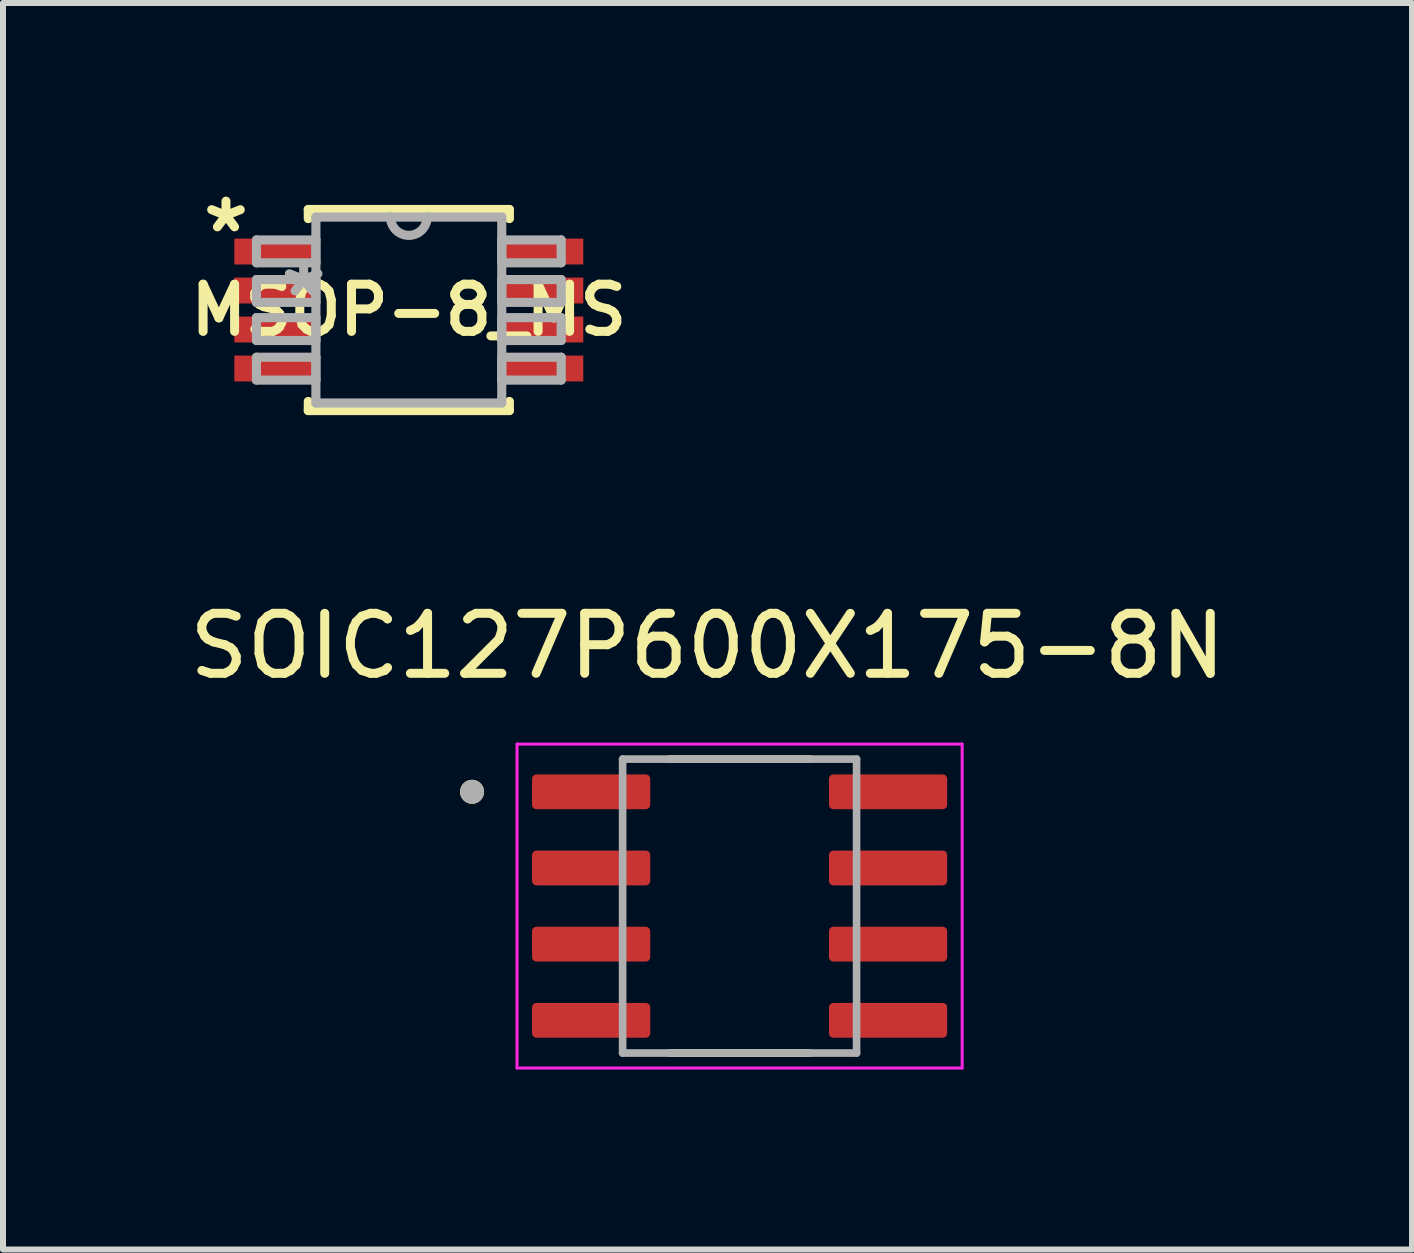
<source format=kicad_pcb>
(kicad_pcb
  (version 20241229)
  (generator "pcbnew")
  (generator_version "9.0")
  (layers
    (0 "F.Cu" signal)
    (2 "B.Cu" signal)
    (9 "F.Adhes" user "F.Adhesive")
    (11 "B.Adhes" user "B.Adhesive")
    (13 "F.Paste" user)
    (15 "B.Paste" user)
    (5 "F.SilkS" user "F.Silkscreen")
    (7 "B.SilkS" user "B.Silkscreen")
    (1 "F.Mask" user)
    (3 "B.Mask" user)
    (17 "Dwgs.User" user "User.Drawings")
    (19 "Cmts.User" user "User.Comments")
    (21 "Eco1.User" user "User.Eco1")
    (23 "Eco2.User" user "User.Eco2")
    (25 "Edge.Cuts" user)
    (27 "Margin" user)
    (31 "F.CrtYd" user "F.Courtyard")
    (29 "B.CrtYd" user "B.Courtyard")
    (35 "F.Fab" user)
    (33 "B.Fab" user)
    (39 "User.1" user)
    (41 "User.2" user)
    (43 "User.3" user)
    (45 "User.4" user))
  (footprint "SOIC127P600X175-8N"
    (layer "F.Cu")
    (at 9.279 12.054)
    (property "Reference" "SOIC127P600X175-8N" (at -0.535 -4.335 0) (layer "F.SilkS") (effects (font (size 1 1) (thickness 0.15))))
    (attr smd)
    (fp_line (start -1.17 -2.45) (end 1.17 -2.45) (stroke (width 0.127) (type solid)) (layer "F.SilkS"))
    (fp_line (start -1.17 2.45) (end 1.17 2.45) (stroke (width 0.127) (type solid)) (layer "F.SilkS"))
    (fp_circle (center -4.46 -1.905) (end -4.36 -1.905) (stroke (width 0.2) (type solid)) (fill no) (layer "F.SilkS"))
    (fp_line (start -3.71 -2.7) (end -3.71 2.7) (stroke (width 0.05) (type solid)) (layer "F.CrtYd"))
    (fp_line (start -3.71 2.7) (end 3.71 2.7) (stroke (width 0.05) (type solid)) (layer "F.CrtYd"))
    (fp_line (start 3.71 -2.7) (end -3.71 -2.7) (stroke (width 0.05) (type solid)) (layer "F.CrtYd"))
    (fp_line (start 3.71 2.7) (end 3.71 -2.7) (stroke (width 0.05) (type solid)) (layer "F.CrtYd"))
    (fp_line (start -1.95 -2.45) (end 1.95 -2.45) (stroke (width 0.127) (type solid)) (layer "F.Fab"))
    (fp_line (start -1.95 2.45) (end -1.95 -2.45) (stroke (width 0.127) (type solid)) (layer "F.Fab"))
    (fp_line (start 1.95 -2.45) (end 1.95 2.45) (stroke (width 0.127) (type solid)) (layer "F.Fab"))
    (fp_line (start 1.95 2.45) (end -1.95 2.45) (stroke (width 0.127) (type solid)) (layer "F.Fab"))
    (fp_circle (center -4.46 -1.905) (end -4.36 -1.905) (stroke (width 0.2) (type solid)) (fill no) (layer "F.Fab"))
    (pad "1" smd roundrect (at -2.475 -1.905) (size 1.97 0.58) (layers "F.Cu" "F.Mask" "F.Paste") (roundrect_rratio 0.125))
    (pad "2" smd roundrect (at -2.475 -0.635) (size 1.97 0.58) (layers "F.Cu" "F.Mask" "F.Paste") (roundrect_rratio 0.125))
    (pad "3" smd roundrect (at -2.475 0.635) (size 1.97 0.58) (layers "F.Cu" "F.Mask" "F.Paste") (roundrect_rratio 0.125))
    (pad "4" smd roundrect (at -2.475 1.905) (size 1.97 0.58) (layers "F.Cu" "F.Mask" "F.Paste") (roundrect_rratio 0.125))
    (pad "5" smd roundrect (at 2.475 1.905) (size 1.97 0.58) (layers "F.Cu" "F.Mask" "F.Paste") (roundrect_rratio 0.125))
    (pad "6" smd roundrect (at 2.475 0.635) (size 1.97 0.58) (layers "F.Cu" "F.Mask" "F.Paste") (roundrect_rratio 0.125))
    (pad "7" smd roundrect (at 2.475 -0.635) (size 1.97 0.58) (layers "F.Cu" "F.Mask" "F.Paste") (roundrect_rratio 0.125))
    (pad "8" smd roundrect (at 2.475 -1.905) (size 1.97 0.58) (layers "F.Cu" "F.Mask" "F.Paste") (roundrect_rratio 0.125)))
  (footprint "MSOP-8_MS"
    (layer "F.Cu")
    (at 3.765 2.118)
    (property "Reference" "MSOP-8_MS" (at 0 0 0) (layer "F.SilkS") (effects (font (size 0.787 0.787) (thickness 0.15))))
    (attr smd)
    (fp_line (start -1.676 -1.676) (end -1.676 -1.524) (stroke (width 0.152) (type solid)) (layer "F.SilkS"))
    (fp_line (start -1.676 1.524) (end -1.676 1.676) (stroke (width 0.152) (type solid)) (layer "F.SilkS"))
    (fp_line (start -1.676 1.676) (end 1.676 1.676) (stroke (width 0.152) (type solid)) (layer "F.SilkS"))
    (fp_line (start 1.676 -1.676) (end -1.676 -1.676) (stroke (width 0.152) (type solid)) (layer "F.SilkS"))
    (fp_line (start 1.676 -1.524) (end 1.676 -1.676) (stroke (width 0.152) (type solid)) (layer "F.SilkS"))
    (fp_line (start 1.676 1.676) (end 1.676 1.524) (stroke (width 0.152) (type solid)) (layer "F.SilkS"))
    (fp_line (start -2.54 -1.168) (end -2.54 -0.787) (stroke (width 0.152) (type solid)) (layer "F.Fab"))
    (fp_line (start -2.54 -0.787) (end -1.549 -0.787) (stroke (width 0.152) (type solid)) (layer "F.Fab"))
    (fp_line (start -2.54 -0.508) (end -2.54 -0.127) (stroke (width 0.152) (type solid)) (layer "F.Fab"))
    (fp_line (start -2.54 -0.127) (end -1.549 -0.127) (stroke (width 0.152) (type solid)) (layer "F.Fab"))
    (fp_line (start -2.54 0.127) (end -2.54 0.508) (stroke (width 0.152) (type solid)) (layer "F.Fab"))
    (fp_line (start -2.54 0.508) (end -1.549 0.508) (stroke (width 0.152) (type solid)) (layer "F.Fab"))
    (fp_line (start -2.54 0.787) (end -2.54 1.168) (stroke (width 0.152) (type solid)) (layer "F.Fab"))
    (fp_line (start -2.54 1.168) (end -1.549 1.168) (stroke (width 0.152) (type solid)) (layer "F.Fab"))
    (fp_line (start -1.549 -1.549) (end -1.549 1.549) (stroke (width 0.152) (type solid)) (layer "F.Fab"))
    (fp_line (start -1.549 -1.168) (end -2.54 -1.168) (stroke (width 0.152) (type solid)) (layer "F.Fab"))
    (fp_line (start -1.549 -0.787) (end -1.549 -1.168) (stroke (width 0.152) (type solid)) (layer "F.Fab"))
    (fp_line (start -1.549 -0.508) (end -2.54 -0.508) (stroke (width 0.152) (type solid)) (layer "F.Fab"))
    (fp_line (start -1.549 -0.127) (end -1.549 -0.508) (stroke (width 0.152) (type solid)) (layer "F.Fab"))
    (fp_line (start -1.549 0.127) (end -2.54 0.127) (stroke (width 0.152) (type solid)) (layer "F.Fab"))
    (fp_line (start -1.549 0.508) (end -1.549 0.127) (stroke (width 0.152) (type solid)) (layer "F.Fab"))
    (fp_line (start -1.549 0.787) (end -2.54 0.787) (stroke (width 0.152) (type solid)) (layer "F.Fab"))
    (fp_line (start -1.549 1.168) (end -1.549 0.787) (stroke (width 0.152) (type solid)) (layer "F.Fab"))
    (fp_line (start -1.549 1.549) (end 1.549 1.549) (stroke (width 0.152) (type solid)) (layer "F.Fab"))
    (fp_line (start -0.305 -1.549) (end -1.549 -1.549) (stroke (width 0.152) (type solid)) (layer "F.Fab"))
    (fp_line (start 0.305 -1.549) (end -0.305 -1.549) (stroke (width 0.152) (type solid)) (layer "F.Fab"))
    (fp_line (start 1.549 -1.549) (end 0.305 -1.549) (stroke (width 0.152) (type solid)) (layer "F.Fab"))
    (fp_line (start 1.549 -1.168) (end 1.549 -0.787) (stroke (width 0.152) (type solid)) (layer "F.Fab"))
    (fp_line (start 1.549 -0.787) (end 2.54 -0.787) (stroke (width 0.152) (type solid)) (layer "F.Fab"))
    (fp_line (start 1.549 -0.508) (end 1.549 -0.127) (stroke (width 0.152) (type solid)) (layer "F.Fab"))
    (fp_line (start 1.549 -0.127) (end 2.54 -0.127) (stroke (width 0.152) (type solid)) (layer "F.Fab"))
    (fp_line (start 1.549 0.127) (end 1.549 0.508) (stroke (width 0.152) (type solid)) (layer "F.Fab"))
    (fp_line (start 1.549 0.508) (end 2.54 0.508) (stroke (width 0.152) (type solid)) (layer "F.Fab"))
    (fp_line (start 1.549 0.787) (end 1.549 1.168) (stroke (width 0.152) (type solid)) (layer "F.Fab"))
    (fp_line (start 1.549 1.168) (end 2.54 1.168) (stroke (width 0.152) (type solid)) (layer "F.Fab"))
    (fp_line (start 1.549 1.549) (end 1.549 -1.549) (stroke (width 0.152) (type solid)) (layer "F.Fab"))
    (fp_line (start 2.54 -1.168) (end 1.549 -1.168) (stroke (width 0.152) (type solid)) (layer "F.Fab"))
    (fp_line (start 2.54 -0.787) (end 2.54 -1.168) (stroke (width 0.152) (type solid)) (layer "F.Fab"))
    (fp_line (start 2.54 -0.508) (end 1.549 -0.508) (stroke (width 0.152) (type solid)) (layer "F.Fab"))
    (fp_line (start 2.54 -0.127) (end 2.54 -0.508) (stroke (width 0.152) (type solid)) (layer "F.Fab"))
    (fp_line (start 2.54 0.127) (end 1.549 0.127) (stroke (width 0.152) (type solid)) (layer "F.Fab"))
    (fp_line (start 2.54 0.508) (end 2.54 0.127) (stroke (width 0.152) (type solid)) (layer "F.Fab"))
    (fp_line (start 2.54 0.787) (end 1.549 0.787) (stroke (width 0.152) (type solid)) (layer "F.Fab"))
    (fp_line (start 2.54 1.168) (end 2.54 0.787) (stroke (width 0.152) (type solid)) (layer "F.Fab"))
    (fp_arc (start 0.3048 -1.5494) (mid 0 -1.2446) (end -0.3048 -1.5494) (stroke (width 0.1524) (type solid)) (layer "F.Fab"))
    (fp_text user "*" (at -3.048 -1.27 0) (layer "F.SilkS") (effects (font (size 1 1) (thickness 0.15))))
    (fp_text user "*" (at -1.753 -0.203 0) (layer "F.Fab") (effects (font (size 1 1) (thickness 0.15))))
    (pad "1" smd rect (at -2.21 -0.975) (size 1.397 0.432) (layers "F.Cu" "F.Mask" "F.Paste"))
    (pad "2" smd rect (at -2.21 -0.325) (size 1.397 0.432) (layers "F.Cu" "F.Mask" "F.Paste"))
    (pad "3" smd rect (at -2.21 0.325) (size 1.397 0.432) (layers "F.Cu" "F.Mask" "F.Paste"))
    (pad "4" smd rect (at -2.21 0.975) (size 1.397 0.432) (layers "F.Cu" "F.Mask" "F.Paste"))
    (pad "5" smd rect (at 2.21 0.975) (size 1.397 0.432) (layers "F.Cu" "F.Mask" "F.Paste"))
    (pad "6" smd rect (at 2.21 0.325) (size 1.397 0.432) (layers "F.Cu" "F.Mask" "F.Paste"))
    (pad "7" smd rect (at 2.21 -0.325) (size 1.397 0.432) (layers "F.Cu" "F.Mask" "F.Paste"))
    (pad "8" smd rect (at 2.21 -0.975) (size 1.397 0.432) (layers "F.Cu" "F.Mask" "F.Paste")))
  (gr_rect
    (start -3 -3)
    (end 20.488 17.779)
    (stroke (width 0.1) (type default))
    (fill no)
    (layer "Edge.Cuts")))
</source>
